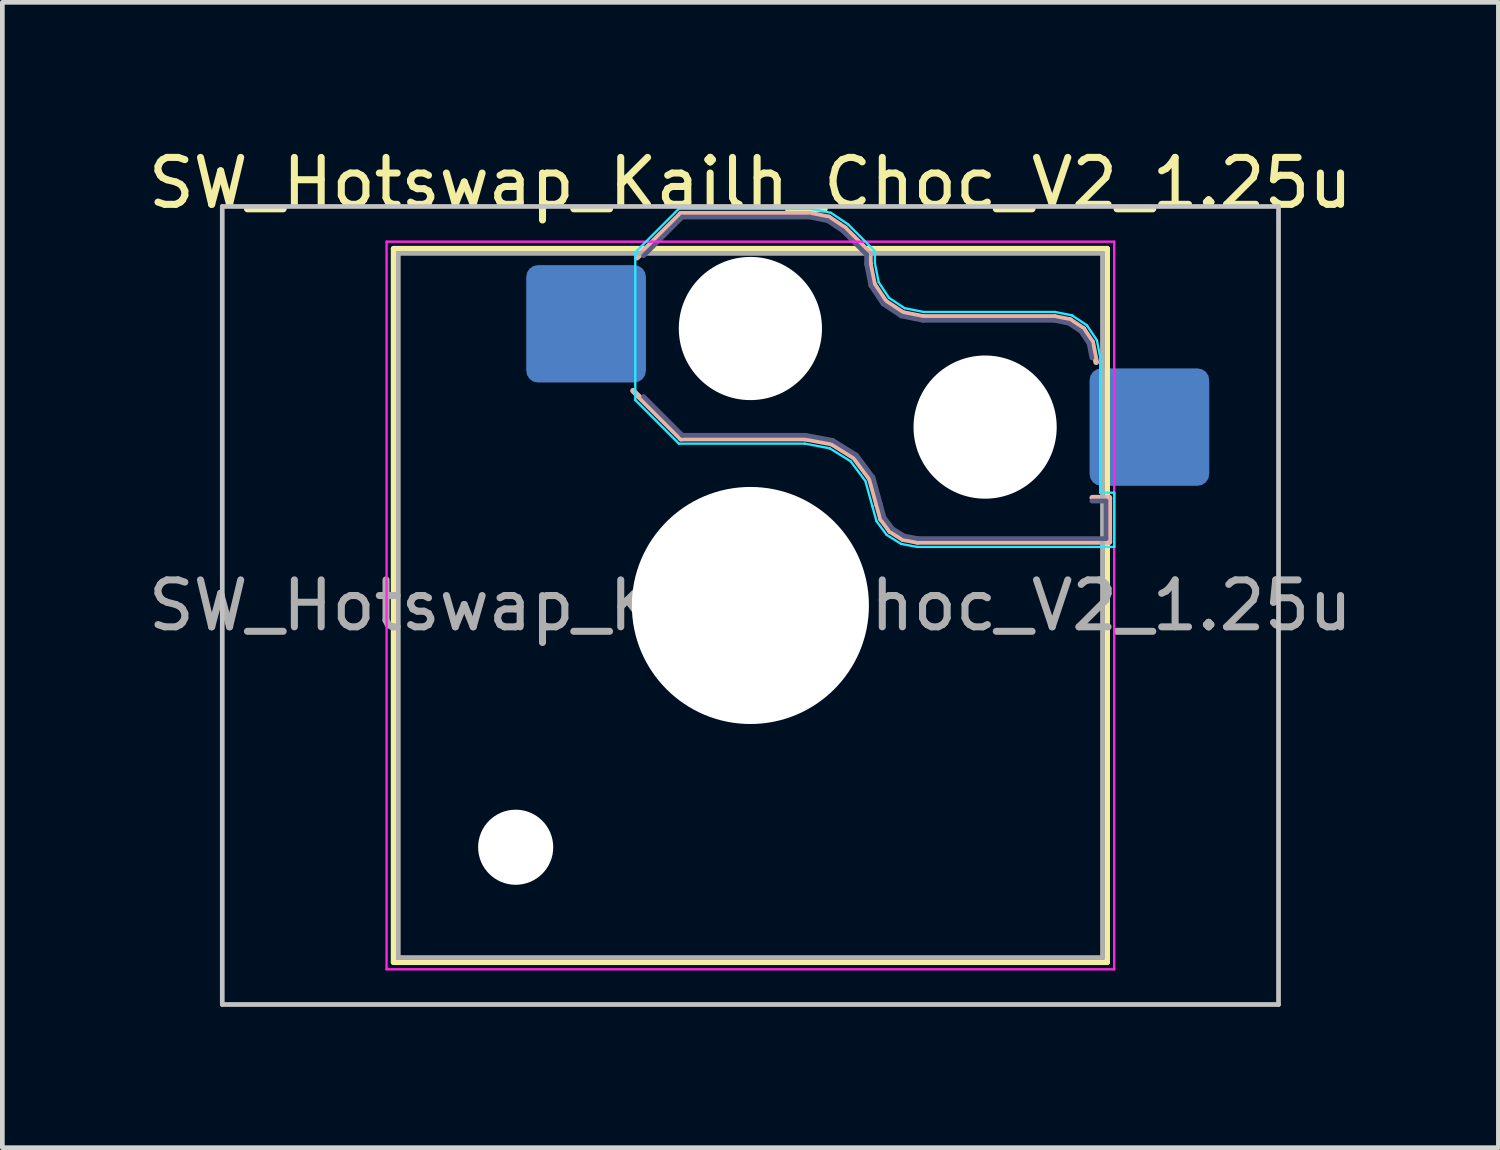
<source format=kicad_pcb>
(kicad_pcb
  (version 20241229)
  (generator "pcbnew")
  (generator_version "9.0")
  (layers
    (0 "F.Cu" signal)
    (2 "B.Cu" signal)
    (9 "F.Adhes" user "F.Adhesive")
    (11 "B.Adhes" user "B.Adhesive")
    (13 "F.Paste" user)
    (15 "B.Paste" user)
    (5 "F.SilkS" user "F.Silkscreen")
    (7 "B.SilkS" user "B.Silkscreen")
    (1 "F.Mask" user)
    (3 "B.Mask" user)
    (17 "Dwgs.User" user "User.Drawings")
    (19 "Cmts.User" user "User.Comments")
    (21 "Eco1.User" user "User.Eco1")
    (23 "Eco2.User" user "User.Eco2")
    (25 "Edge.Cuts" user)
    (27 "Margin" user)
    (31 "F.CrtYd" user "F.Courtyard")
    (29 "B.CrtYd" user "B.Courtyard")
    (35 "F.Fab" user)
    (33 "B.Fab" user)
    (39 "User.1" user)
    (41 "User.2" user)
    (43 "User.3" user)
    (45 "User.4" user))
  (footprint "SW_Hotswap_Kailh_Choc_V2_1.25u"
    (layer "F.Cu")
    (at 12.935 9.848)
    (property "Reference" "SW_Hotswap_Kailh_Choc_V2_1.25u" (at 0 -9 0) (layer "F.SilkS") (effects (font (size 1 1) (thickness 0.15))))
    (attr smd)
    (fp_line (start -7.6 -7.6) (end -7.6 7.6) (stroke (width 0.12) (type solid)) (layer "F.SilkS"))
    (fp_line (start -7.6 7.6) (end 7.6 7.6) (stroke (width 0.12) (type solid)) (layer "F.SilkS"))
    (fp_line (start 7.6 -7.6) (end -7.6 -7.6) (stroke (width 0.12) (type solid)) (layer "F.SilkS"))
    (fp_line (start 7.6 7.6) (end 7.6 -7.6) (stroke (width 0.12) (type solid)) (layer "F.SilkS"))
    (fp_line (start -2.416 -7.409) (end -1.479 -8.346) (stroke (width 0.12) (type solid)) (layer "B.SilkS"))
    (fp_line (start -1.479 -8.346) (end 1.268 -8.346) (stroke (width 0.12) (type solid)) (layer "B.SilkS"))
    (fp_line (start -1.479 -3.554) (end -2.5 -4.575) (stroke (width 0.12) (type solid)) (layer "B.SilkS"))
    (fp_line (start 1.168 -3.554) (end -1.479 -3.554) (stroke (width 0.12) (type solid)) (layer "B.SilkS"))
    (fp_line (start 1.268 -8.346) (end 1.671 -8.266) (stroke (width 0.12) (type solid)) (layer "B.SilkS"))
    (fp_line (start 1.671 -8.266) (end 2.013 -8.037) (stroke (width 0.12) (type solid)) (layer "B.SilkS"))
    (fp_line (start 1.73 -3.449) (end 1.168 -3.554) (stroke (width 0.12) (type solid)) (layer "B.SilkS"))
    (fp_line (start 2.013 -8.037) (end 2.546 -7.504) (stroke (width 0.12) (type solid)) (layer "B.SilkS"))
    (fp_line (start 2.209 -3.15) (end 1.73 -3.449) (stroke (width 0.12) (type solid)) (layer "B.SilkS"))
    (fp_line (start 2.546 -7.504) (end 2.546 -7.282) (stroke (width 0.12) (type solid)) (layer "B.SilkS"))
    (fp_line (start 2.546 -7.282) (end 2.633 -6.844) (stroke (width 0.12) (type solid)) (layer "B.SilkS"))
    (fp_line (start 2.547 -2.697) (end 2.209 -3.15) (stroke (width 0.12) (type solid)) (layer "B.SilkS"))
    (fp_line (start 2.633 -6.844) (end 2.877 -6.477) (stroke (width 0.12) (type solid)) (layer "B.SilkS"))
    (fp_line (start 2.701 -2.139) (end 2.547 -2.697) (stroke (width 0.12) (type solid)) (layer "B.SilkS"))
    (fp_line (start 2.783 -1.841) (end 2.701 -2.139) (stroke (width 0.12) (type solid)) (layer "B.SilkS"))
    (fp_line (start 2.877 -6.477) (end 3.244 -6.233) (stroke (width 0.12) (type solid)) (layer "B.SilkS"))
    (fp_line (start 2.976 -1.583) (end 2.783 -1.841) (stroke (width 0.12) (type solid)) (layer "B.SilkS"))
    (fp_line (start 3.244 -6.233) (end 3.682 -6.146) (stroke (width 0.12) (type solid)) (layer "B.SilkS"))
    (fp_line (start 3.25 -1.413) (end 2.976 -1.583) (stroke (width 0.12) (type solid)) (layer "B.SilkS"))
    (fp_line (start 3.56 -1.354) (end 3.25 -1.413) (stroke (width 0.12) (type solid)) (layer "B.SilkS"))
    (fp_line (start 3.682 -6.146) (end 6.482 -6.146) (stroke (width 0.12) (type solid)) (layer "B.SilkS"))
    (fp_line (start 6.482 -6.146) (end 6.809 -6.081) (stroke (width 0.12) (type solid)) (layer "B.SilkS"))
    (fp_line (start 6.809 -6.081) (end 7.092 -5.892) (stroke (width 0.12) (type solid)) (layer "B.SilkS"))
    (fp_line (start 7.092 -5.892) (end 7.281 -5.609) (stroke (width 0.12) (type solid)) (layer "B.SilkS"))
    (fp_line (start 7.281 -5.609) (end 7.366 -5.182) (stroke (width 0.12) (type solid)) (layer "B.SilkS"))
    (fp_line (start 7.283 -2.296) (end 7.646 -2.296) (stroke (width 0.12) (type solid)) (layer "B.SilkS"))
    (fp_line (start 7.646 -2.296) (end 7.646 -1.354) (stroke (width 0.12) (type solid)) (layer "B.SilkS"))
    (fp_line (start 7.646 -1.354) (end 3.56 -1.354) (stroke (width 0.12) (type solid)) (layer "B.SilkS"))
    (fp_line (start -11.25 -8.5) (end -11.25 8.5) (stroke (width 0.1) (type solid)) (layer "Dwgs.User"))
    (fp_line (start -11.25 8.5) (end 11.25 8.5) (stroke (width 0.1) (type solid)) (layer "Dwgs.User"))
    (fp_line (start 11.25 -8.5) (end -11.25 -8.5) (stroke (width 0.1) (type solid)) (layer "Dwgs.User"))
    (fp_line (start 11.25 8.5) (end 11.25 -8.5) (stroke (width 0.1) (type solid)) (layer "Dwgs.User"))
    (fp_line (start -7.25 -7.25) (end -7.25 7.25) (stroke (width 0.1) (type solid)) (layer "Eco1.User"))
    (fp_line (start -7.25 7.25) (end 7.25 7.25) (stroke (width 0.1) (type solid)) (layer "Eco1.User"))
    (fp_line (start 7.25 -7.25) (end -7.25 -7.25) (stroke (width 0.1) (type solid)) (layer "Eco1.User"))
    (fp_line (start 7.25 7.25) (end 7.25 -7.25) (stroke (width 0.1) (type solid)) (layer "Eco1.User"))
    (fp_line (start -2.452 -7.523) (end -1.523 -8.452) (stroke (width 0.05) (type solid)) (layer "B.CrtYd"))
    (fp_line (start -2.452 -4.377) (end -2.452 -7.523) (stroke (width 0.05) (type solid)) (layer "B.CrtYd"))
    (fp_line (start -1.523 -8.452) (end 1.278 -8.452) (stroke (width 0.05) (type solid)) (layer "B.CrtYd"))
    (fp_line (start -1.523 -3.448) (end -2.452 -4.377) (stroke (width 0.05) (type solid)) (layer "B.CrtYd"))
    (fp_line (start 1.159 -3.448) (end -1.523 -3.448) (stroke (width 0.05) (type solid)) (layer "B.CrtYd"))
    (fp_line (start 1.278 -8.452) (end 1.712 -8.366) (stroke (width 0.05) (type solid)) (layer "B.CrtYd"))
    (fp_line (start 1.691 -3.348) (end 1.159 -3.448) (stroke (width 0.05) (type solid)) (layer "B.CrtYd"))
    (fp_line (start 1.712 -8.366) (end 2.081 -8.119) (stroke (width 0.05) (type solid)) (layer "B.CrtYd"))
    (fp_line (start 2.081 -8.119) (end 2.652 -7.548) (stroke (width 0.05) (type solid)) (layer "B.CrtYd"))
    (fp_line (start 2.136 -3.071) (end 1.691 -3.348) (stroke (width 0.05) (type solid)) (layer "B.CrtYd"))
    (fp_line (start 2.45 -2.65) (end 2.136 -3.071) (stroke (width 0.05) (type solid)) (layer "B.CrtYd"))
    (fp_line (start 2.599 -2.111) (end 2.45 -2.65) (stroke (width 0.05) (type solid)) (layer "B.CrtYd"))
    (fp_line (start 2.652 -7.548) (end 2.652 -7.292) (stroke (width 0.05) (type solid)) (layer "B.CrtYd"))
    (fp_line (start 2.652 -7.292) (end 2.733 -6.885) (stroke (width 0.05) (type solid)) (layer "B.CrtYd"))
    (fp_line (start 2.687 -1.794) (end 2.599 -2.111) (stroke (width 0.05) (type solid)) (layer "B.CrtYd"))
    (fp_line (start 2.733 -6.885) (end 2.953 -6.553) (stroke (width 0.05) (type solid)) (layer "B.CrtYd"))
    (fp_line (start 2.903 -1.503) (end 2.687 -1.794) (stroke (width 0.05) (type solid)) (layer "B.CrtYd"))
    (fp_line (start 2.953 -6.553) (end 3.285 -6.333) (stroke (width 0.05) (type solid)) (layer "B.CrtYd"))
    (fp_line (start 3.211 -1.312) (end 2.903 -1.503) (stroke (width 0.05) (type solid)) (layer "B.CrtYd"))
    (fp_line (start 3.285 -6.333) (end 3.692 -6.252) (stroke (width 0.05) (type solid)) (layer "B.CrtYd"))
    (fp_line (start 3.55 -1.248) (end 3.211 -1.312) (stroke (width 0.05) (type solid)) (layer "B.CrtYd"))
    (fp_line (start 3.692 -6.252) (end 6.492 -6.252) (stroke (width 0.05) (type solid)) (layer "B.CrtYd"))
    (fp_line (start 6.492 -6.252) (end 6.85 -6.181) (stroke (width 0.05) (type solid)) (layer "B.CrtYd"))
    (fp_line (start 6.85 -6.181) (end 7.168 -5.968) (stroke (width 0.05) (type solid)) (layer "B.CrtYd"))
    (fp_line (start 7.168 -5.968) (end 7.381 -5.65) (stroke (width 0.05) (type solid)) (layer "B.CrtYd"))
    (fp_line (start 7.381 -5.65) (end 7.452 -5.292) (stroke (width 0.05) (type solid)) (layer "B.CrtYd"))
    (fp_line (start 7.452 -5.292) (end 7.452 -2.402) (stroke (width 0.05) (type solid)) (layer "B.CrtYd"))
    (fp_line (start 7.452 -2.402) (end 7.752 -2.402) (stroke (width 0.05) (type solid)) (layer "B.CrtYd"))
    (fp_line (start 7.752 -2.402) (end 7.752 -1.248) (stroke (width 0.05) (type solid)) (layer "B.CrtYd"))
    (fp_line (start 7.752 -1.248) (end 3.55 -1.248) (stroke (width 0.05) (type solid)) (layer "B.CrtYd"))
    (fp_line (start -7.75 -7.75) (end -7.75 7.75) (stroke (width 0.05) (type solid)) (layer "F.CrtYd"))
    (fp_line (start -7.75 7.75) (end 7.75 7.75) (stroke (width 0.05) (type solid)) (layer "F.CrtYd"))
    (fp_line (start 7.75 -7.75) (end -7.75 -7.75) (stroke (width 0.05) (type solid)) (layer "F.CrtYd"))
    (fp_line (start 7.75 7.75) (end 7.75 -7.75) (stroke (width 0.05) (type solid)) (layer "F.CrtYd"))
    (fp_line (start -2.275 -7.45) (end -1.45 -8.275) (stroke (width 0.1) (type solid)) (layer "B.Fab"))
    (fp_line (start -1.45 -8.275) (end 1.261 -8.275) (stroke (width 0.1) (type solid)) (layer "B.Fab"))
    (fp_line (start -1.45 -3.625) (end -2.275 -4.45) (stroke (width 0.1) (type solid)) (layer "B.Fab"))
    (fp_line (start 1.175 -3.625) (end -1.45 -3.625) (stroke (width 0.1) (type solid)) (layer "B.Fab"))
    (fp_line (start 1.261 -8.275) (end 1.643 -8.199) (stroke (width 0.1) (type solid)) (layer "B.Fab"))
    (fp_line (start 1.643 -8.199) (end 1.968 -7.982) (stroke (width 0.1) (type solid)) (layer "B.Fab"))
    (fp_line (start 1.756 -3.516) (end 1.175 -3.625) (stroke (width 0.1) (type solid)) (layer "B.Fab"))
    (fp_line (start 1.968 -7.982) (end 2.475 -7.475) (stroke (width 0.1) (type solid)) (layer "B.Fab"))
    (fp_line (start 2.258 -3.203) (end 1.756 -3.516) (stroke (width 0.1) (type solid)) (layer "B.Fab"))
    (fp_line (start 2.475 -7.475) (end 2.475 -7.275) (stroke (width 0.1) (type solid)) (layer "B.Fab"))
    (fp_line (start 2.475 -7.275) (end 2.566 -6.816) (stroke (width 0.1) (type solid)) (layer "B.Fab"))
    (fp_line (start 2.566 -6.816) (end 2.826 -6.426) (stroke (width 0.1) (type solid)) (layer "B.Fab"))
    (fp_line (start 2.612 -2.729) (end 2.258 -3.203) (stroke (width 0.1) (type solid)) (layer "B.Fab"))
    (fp_line (start 2.769 -2.158) (end 2.612 -2.729) (stroke (width 0.1) (type solid)) (layer "B.Fab"))
    (fp_line (start 2.826 -6.426) (end 3.216 -6.166) (stroke (width 0.1) (type solid)) (layer "B.Fab"))
    (fp_line (start 2.848 -1.873) (end 2.769 -2.158) (stroke (width 0.1) (type solid)) (layer "B.Fab"))
    (fp_line (start 3.025 -1.636) (end 2.848 -1.873) (stroke (width 0.1) (type solid)) (layer "B.Fab"))
    (fp_line (start 3.216 -6.166) (end 3.675 -6.075) (stroke (width 0.1) (type solid)) (layer "B.Fab"))
    (fp_line (start 3.276 -1.48) (end 3.025 -1.636) (stroke (width 0.1) (type solid)) (layer "B.Fab"))
    (fp_line (start 3.567 -1.425) (end 3.276 -1.48) (stroke (width 0.1) (type solid)) (layer "B.Fab"))
    (fp_line (start 3.675 -6.075) (end 6.475 -6.075) (stroke (width 0.1) (type solid)) (layer "B.Fab"))
    (fp_line (start 6.475 -6.075) (end 6.781 -6.014) (stroke (width 0.1) (type solid)) (layer "B.Fab"))
    (fp_line (start 6.781 -6.014) (end 7.041 -5.841) (stroke (width 0.1) (type solid)) (layer "B.Fab"))
    (fp_line (start 7.041 -5.841) (end 7.214 -5.581) (stroke (width 0.1) (type solid)) (layer "B.Fab"))
    (fp_line (start 7.214 -5.581) (end 7.275 -5.275) (stroke (width 0.1) (type solid)) (layer "B.Fab"))
    (fp_line (start 7.275 -2.225) (end 7.575 -2.225) (stroke (width 0.1) (type solid)) (layer "B.Fab"))
    (fp_line (start 7.575 -2.225) (end 7.575 -1.425) (stroke (width 0.1) (type solid)) (layer "B.Fab"))
    (fp_line (start 7.575 -1.425) (end 3.567 -1.425) (stroke (width 0.1) (type solid)) (layer "B.Fab"))
    (fp_line (start -7.5 -7.5) (end -7.5 7.5) (stroke (width 0.1) (type solid)) (layer "F.Fab"))
    (fp_line (start -7.5 7.5) (end 7.5 7.5) (stroke (width 0.1) (type solid)) (layer "F.Fab"))
    (fp_line (start 7.5 -7.5) (end -7.5 -7.5) (stroke (width 0.1) (type solid)) (layer "F.Fab"))
    (fp_line (start 7.5 7.5) (end 7.5 -7.5) (stroke (width 0.1) (type solid)) (layer "F.Fab"))
    (fp_text user "${REFERENCE}" (at 0 0 0) (layer "F.Fab") (effects (font (size 1 1) (thickness 0.15))))
    (pad "" np_thru_hole circle (at -5 5.15) (size 1.6 1.6) (drill 1.6) (layers "*.Cu" "*.Mask"))
    (pad "" np_thru_hole circle (at 0 -5.9) (size 3.05 3.05) (drill 3.05) (layers "*.Cu" "*.Mask"))
    (pad "" np_thru_hole circle (at 0 0) (size 5.05 5.05) (drill 5.05) (layers "*.Cu" "*.Mask"))
    (pad "" np_thru_hole circle (at 5 -3.8) (size 3.05 3.05) (drill 3.05) (layers "*.Cu" "*.Mask"))
    (pad "1" smd roundrect (at -3.5 -6) (size 2.55 2.5) (layers "B.Cu" "B.Mask" "B.Paste") (roundrect_rratio 0.1))
    (pad "2" smd roundrect (at 8.5 -3.8) (size 2.55 2.5) (layers "B.Cu" "B.Mask" "B.Paste") (roundrect_rratio 0.1)))
  (gr_rect
    (start -3 -3)
    (end 28.869 21.398)
    (stroke (width 0.1) (type default))
    (fill no)
    (layer "Edge.Cuts")))
</source>
